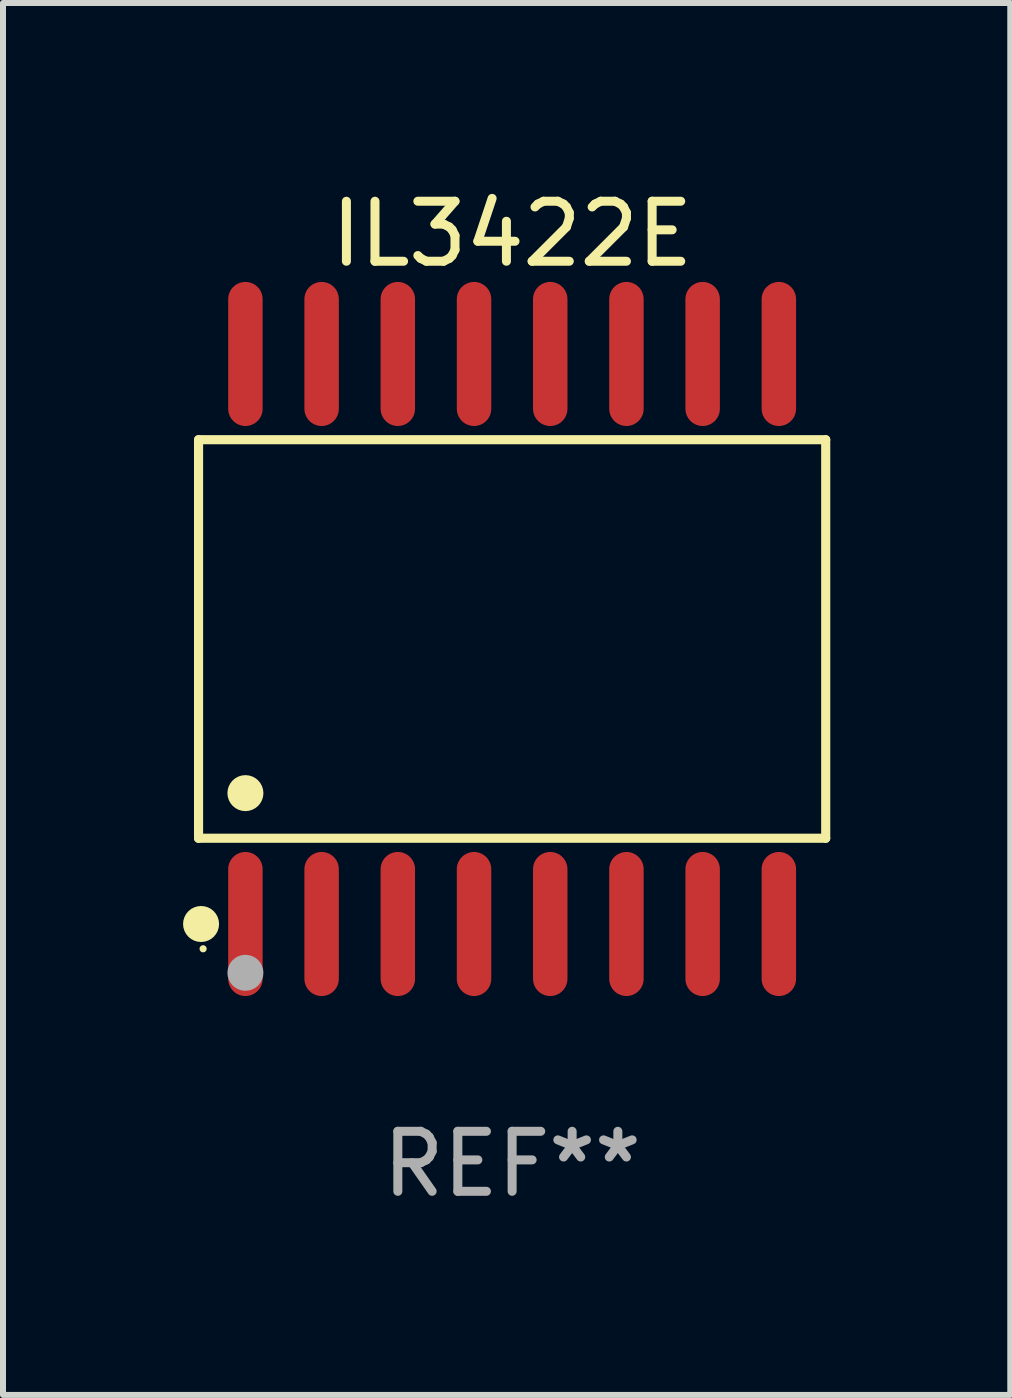
<source format=kicad_pcb>
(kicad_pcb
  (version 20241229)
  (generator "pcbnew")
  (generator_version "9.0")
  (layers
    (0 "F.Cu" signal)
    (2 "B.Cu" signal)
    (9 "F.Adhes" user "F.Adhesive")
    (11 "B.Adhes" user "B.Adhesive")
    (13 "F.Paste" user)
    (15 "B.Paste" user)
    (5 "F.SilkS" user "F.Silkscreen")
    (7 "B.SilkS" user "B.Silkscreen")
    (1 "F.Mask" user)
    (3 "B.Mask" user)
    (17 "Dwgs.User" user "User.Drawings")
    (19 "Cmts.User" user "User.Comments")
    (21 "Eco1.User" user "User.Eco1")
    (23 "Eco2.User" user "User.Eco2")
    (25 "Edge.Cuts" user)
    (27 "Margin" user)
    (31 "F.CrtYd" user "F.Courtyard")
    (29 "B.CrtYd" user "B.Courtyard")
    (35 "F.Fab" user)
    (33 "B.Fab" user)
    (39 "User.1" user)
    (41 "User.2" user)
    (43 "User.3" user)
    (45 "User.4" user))
  (footprint "IL3422E"
    (layer "F.Cu")
    (at 5.485 7.599)
    (property "Reference" "IL3422E" (at 0 -6.75 0) (layer "F.SilkS") (effects (font (size 1 1) (thickness 0.15))))
    (attr through_hole)
    (fp_line (start -5.226 -3.321) (end 5.226 -3.321) (stroke (width 0.152) (type solid)) (layer "F.SilkS"))
    (fp_line (start -5.226 3.321) (end -5.226 -3.321) (stroke (width 0.152) (type solid)) (layer "F.SilkS"))
    (fp_line (start 5.226 -3.321) (end 5.226 3.321) (stroke (width 0.152) (type solid)) (layer "F.SilkS"))
    (fp_line (start 5.226 3.321) (end -5.226 3.321) (stroke (width 0.152) (type solid)) (layer "F.SilkS"))
    (fp_circle (center -5.184 4.75) (end -5.034 4.75) (stroke (width 0.3) (type solid)) (fill no) (layer "F.SilkS"))
    (fp_circle (center -5.15 5.163) (end -5.12 5.163) (stroke (width 0.06) (type solid)) (fill no) (layer "F.SilkS"))
    (fp_circle (center -4.445 2.569) (end -4.295 2.569) (stroke (width 0.3) (type solid)) (fill no) (layer "F.SilkS"))
    (fp_circle (center -4.445 5.563) (end -4.295 5.563) (stroke (width 0.3) (type solid)) (fill no) (layer "F.Fab"))
    (fp_text user "REF**" (at 0 8.75 0) (layer "F.Fab") (effects (font (size 1 1) (thickness 0.15))))
    (pad "1" smd oval (at -4.445 4.75) (size 0.574 2.401) (layers "F.Cu" "F.Mask" "F.Paste"))
    (pad "2" smd oval (at -3.175 4.75) (size 0.574 2.401) (layers "F.Cu" "F.Mask" "F.Paste"))
    (pad "3" smd oval (at -1.905 4.75) (size 0.574 2.401) (layers "F.Cu" "F.Mask" "F.Paste"))
    (pad "4" smd oval (at -0.635 4.75) (size 0.574 2.401) (layers "F.Cu" "F.Mask" "F.Paste"))
    (pad "5" smd oval (at 0.635 4.75) (size 0.574 2.401) (layers "F.Cu" "F.Mask" "F.Paste"))
    (pad "6" smd oval (at 1.905 4.75) (size 0.574 2.401) (layers "F.Cu" "F.Mask" "F.Paste"))
    (pad "7" smd oval (at 3.175 4.75) (size 0.574 2.401) (layers "F.Cu" "F.Mask" "F.Paste"))
    (pad "8" smd oval (at 4.445 4.75) (size 0.574 2.401) (layers "F.Cu" "F.Mask" "F.Paste"))
    (pad "9" smd oval (at 4.445 -4.75) (size 0.574 2.401) (layers "F.Cu" "F.Mask" "F.Paste"))
    (pad "10" smd oval (at 3.175 -4.75) (size 0.574 2.401) (layers "F.Cu" "F.Mask" "F.Paste"))
    (pad "11" smd oval (at 1.905 -4.75) (size 0.574 2.401) (layers "F.Cu" "F.Mask" "F.Paste"))
    (pad "12" smd oval (at 0.635 -4.75) (size 0.574 2.401) (layers "F.Cu" "F.Mask" "F.Paste"))
    (pad "13" smd oval (at -0.635 -4.75) (size 0.574 2.401) (layers "F.Cu" "F.Mask" "F.Paste"))
    (pad "14" smd oval (at -1.905 -4.75) (size 0.574 2.401) (layers "F.Cu" "F.Mask" "F.Paste"))
    (pad "15" smd oval (at -3.175 -4.75) (size 0.574 2.401) (layers "F.Cu" "F.Mask" "F.Paste"))
    (pad "16" smd oval (at -4.445 -4.75) (size 0.574 2.401) (layers "F.Cu" "F.Mask" "F.Paste")))
  (gr_rect
    (start -3 -3)
    (end 13.787 20.197)
    (stroke (width 0.1) (type default))
    (fill no)
    (layer "Edge.Cuts")))
</source>
